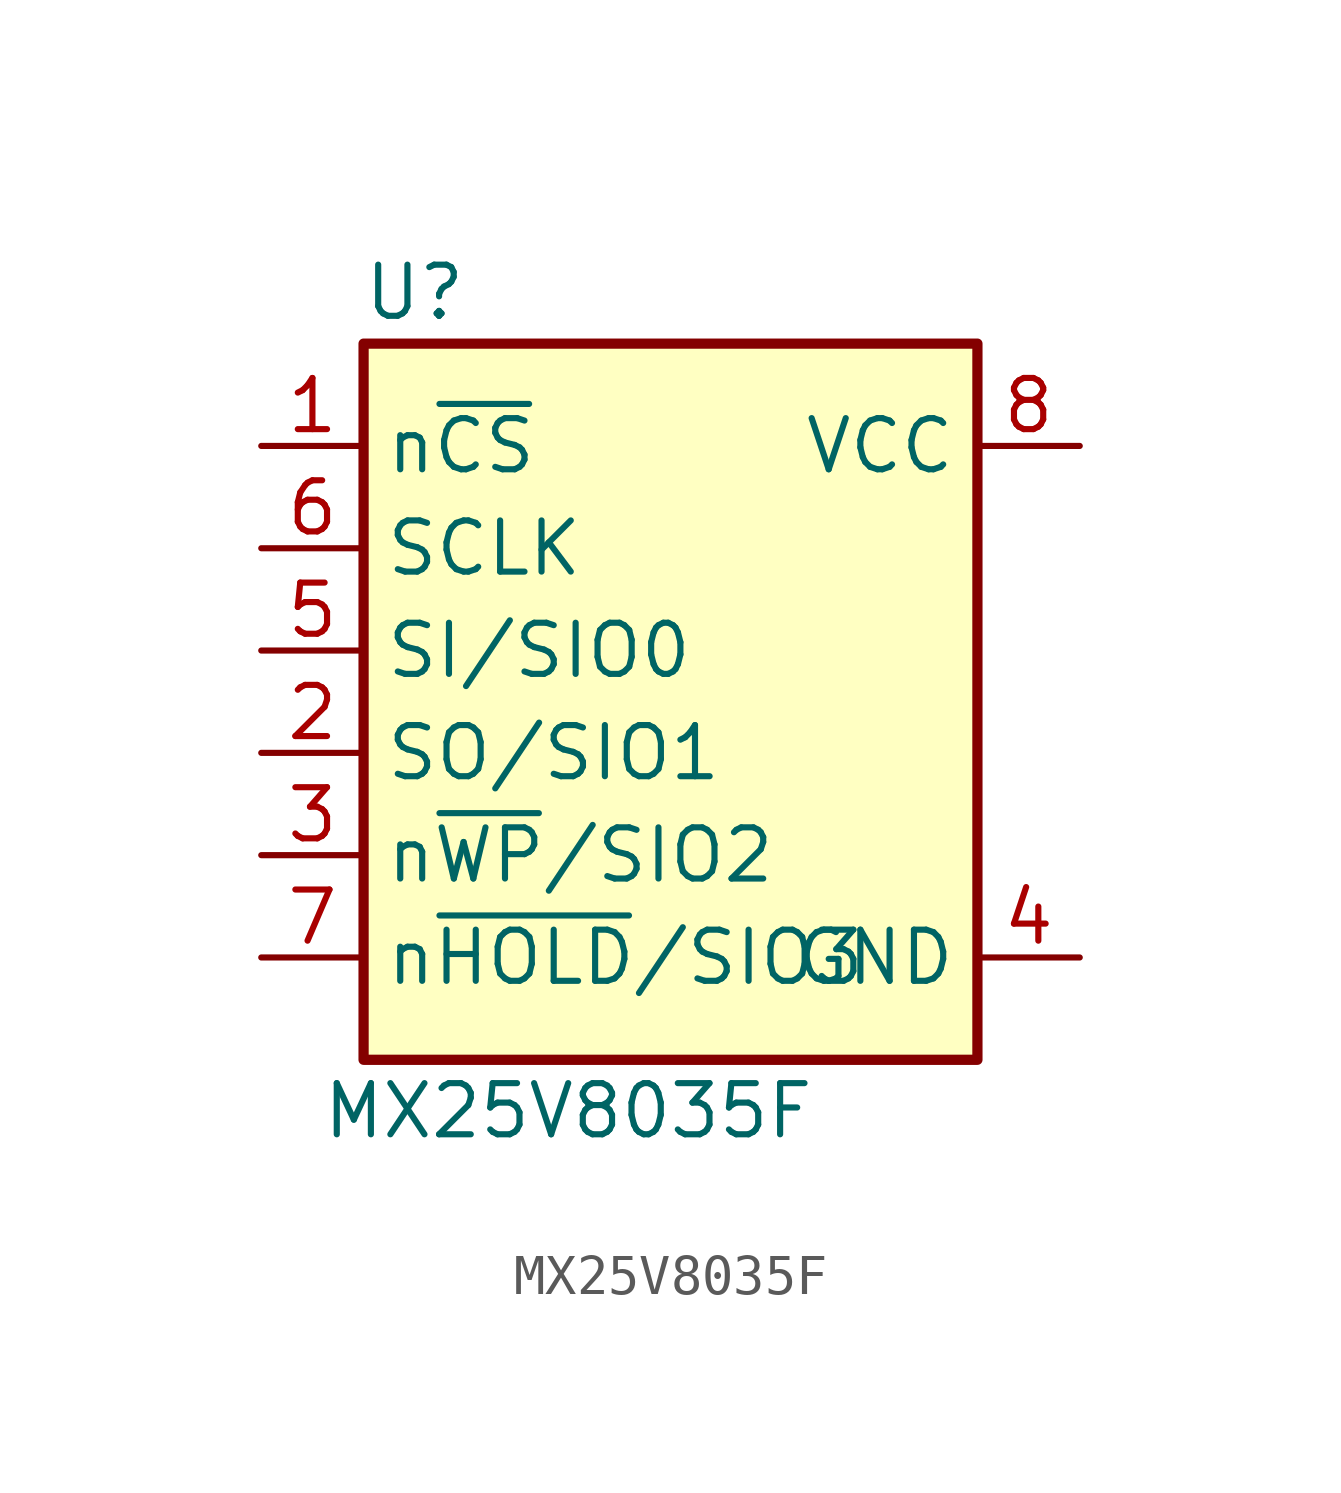
<source format=kicad_sym>
(kicad_symbol_lib
  (version 20241209)
  (generator "kicad_symbol_editor")
  (generator_version "9.0")
  (symbol "MX25V8035F"
    (property "Reference" "U"
      (at -6.35 11.43 0)
      (effects (font (size 1.27 1.27))))
    (property "Value" "MX25V8035F"
      (at -2.54 -8.89 0)
      (effects (font (size 1.27 1.27))))
    (symbol "MX25V8035F_0_1"
      (rectangle (start -7.62 10.16) (end 7.62 -7.62) (stroke (width 0.254) (type default)) (fill (type background))))
    (symbol "MX25V8035F_1_1"
      (pin input line (at -10.16 7.62 0) (length 2.54) (name "n~{CS}" (effects (font (size 1.27 1.27)))) (number "1" (effects (font (size 1.27 1.27)))))
      (pin input line (at -10.16 5.08 0) (length 2.54) (name "SCLK" (effects (font (size 1.27 1.27)))) (number "6" (effects (font (size 1.27 1.27)))))
      (pin bidirectional line (at -10.16 2.54 0) (length 2.54) (name "SI/SIO0" (effects (font (size 1.27 1.27)))) (number "5" (effects (font (size 1.27 1.27)))))
      (pin bidirectional line (at -10.16 0 0) (length 2.54) (name "SO/SIO1" (effects (font (size 1.27 1.27)))) (number "2" (effects (font (size 1.27 1.27)))))
      (pin bidirectional line (at -10.16 -2.54 0) (length 2.54) (name "n~{WP}/SIO2" (effects (font (size 1.27 1.27)))) (number "3" (effects (font (size 1.27 1.27)))))
      (pin bidirectional line (at -10.16 -5.08 0) (length 2.54) (name "n~{HOLD}/SIO3" (effects (font (size 1.27 1.27)))) (number "7" (effects (font (size 1.27 1.27)))))
      (pin power_in line (at 10.16 7.62 180) (length 2.54) (name "VCC" (effects (font (size 1.27 1.27)))) (number "8" (effects (font (size 1.27 1.27)))))
      (pin power_in line (at 10.16 -5.08 180) (length 2.54) (name "GND" (effects (font (size 1.27 1.27)))) (number "4" (effects (font (size 1.27 1.27)))))
      (pin input line (at 10.16 -5.08 180) (length 2.54) (hide yes) (name "GND" (effects (font (size 1.27 1.27)))) (number "GND" (effects (font (size 1.27 1.27))))))))
</source>
